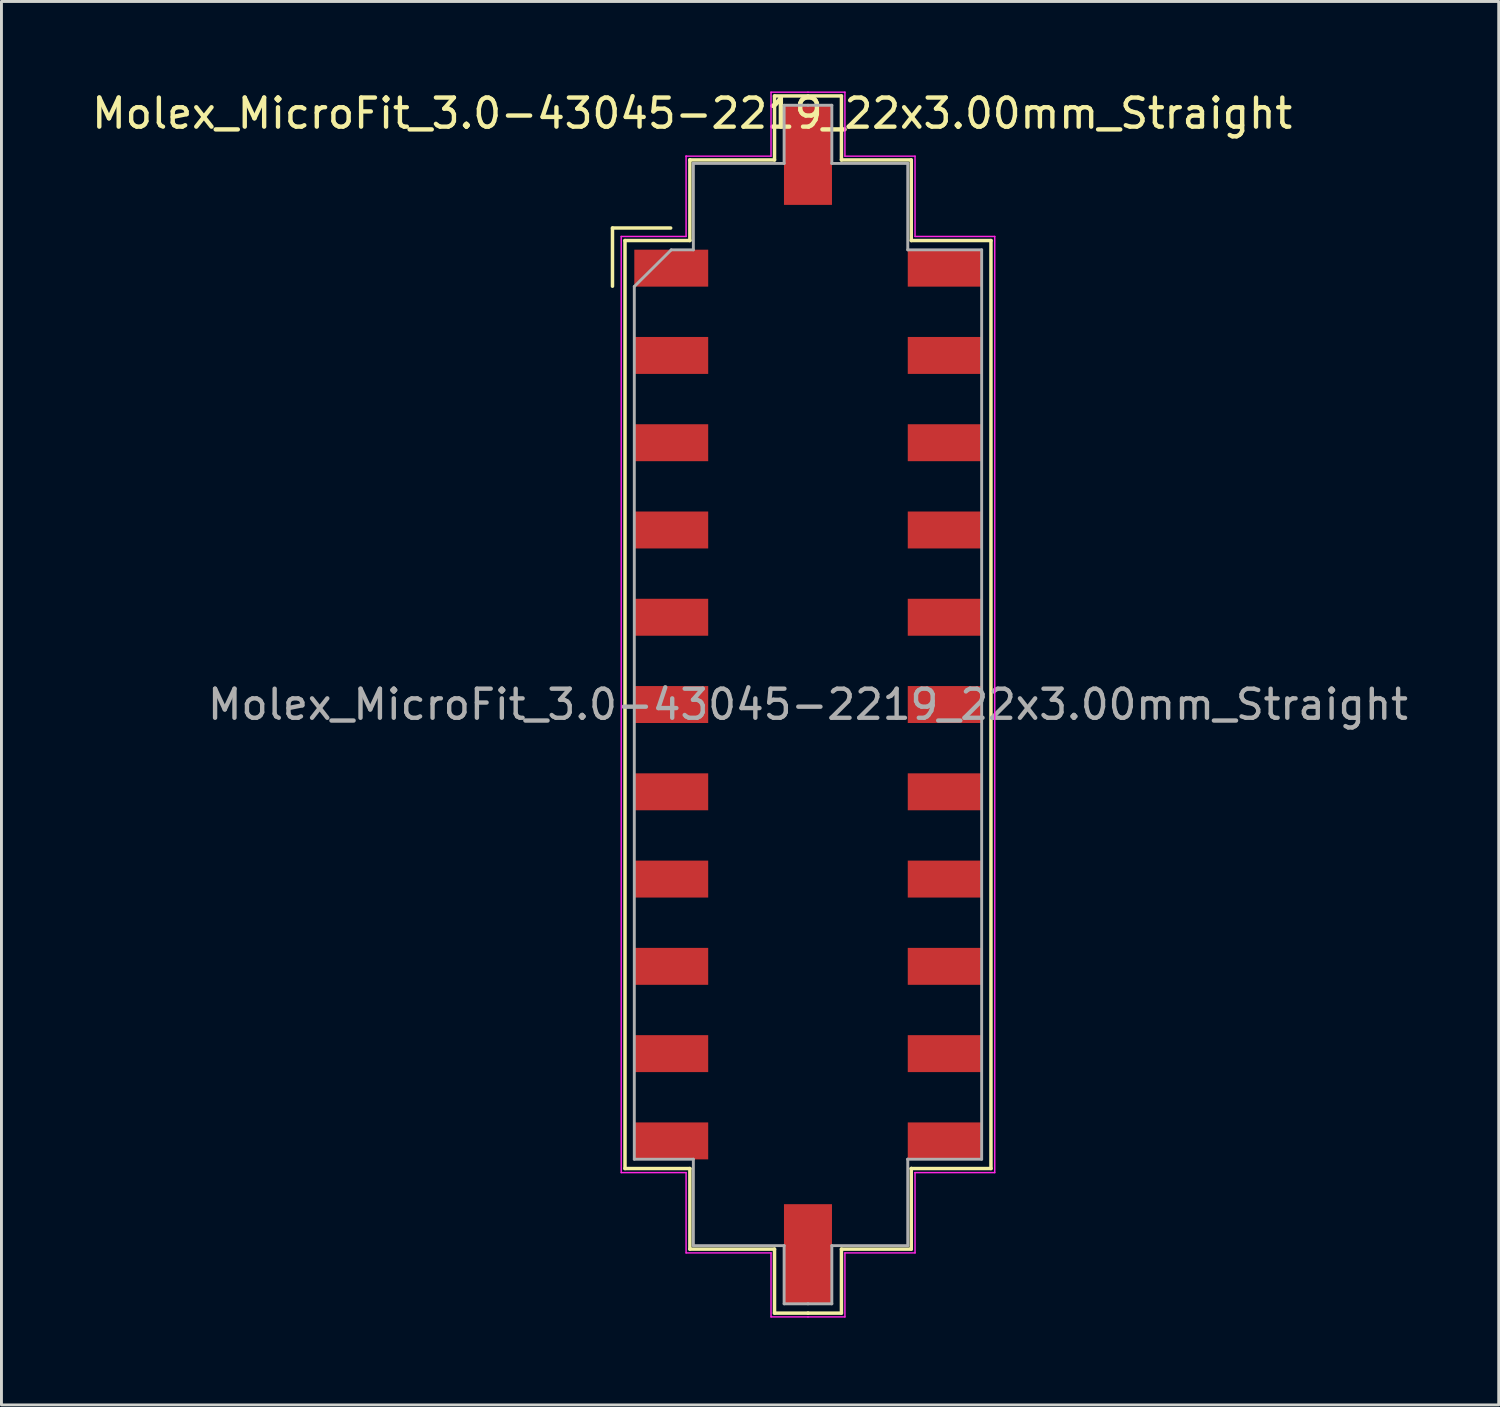
<source format=kicad_pcb>
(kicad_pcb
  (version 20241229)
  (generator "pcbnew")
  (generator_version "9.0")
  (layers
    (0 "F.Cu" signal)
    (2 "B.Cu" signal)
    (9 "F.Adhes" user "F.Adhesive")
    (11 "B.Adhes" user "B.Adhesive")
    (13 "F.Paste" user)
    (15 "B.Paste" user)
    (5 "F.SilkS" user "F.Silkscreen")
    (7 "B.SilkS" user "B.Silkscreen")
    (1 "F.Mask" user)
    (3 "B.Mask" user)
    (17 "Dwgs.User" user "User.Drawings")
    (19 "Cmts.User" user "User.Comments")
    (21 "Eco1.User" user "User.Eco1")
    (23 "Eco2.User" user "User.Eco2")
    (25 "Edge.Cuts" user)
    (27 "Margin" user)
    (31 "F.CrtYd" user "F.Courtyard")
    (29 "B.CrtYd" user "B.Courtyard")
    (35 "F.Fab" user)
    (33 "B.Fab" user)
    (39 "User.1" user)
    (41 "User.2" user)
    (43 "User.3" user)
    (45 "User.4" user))
  (footprint "Molex_MicroFit_3.0-43045-2219_22x3.00mm_Straight"
    (layer "F.Cu")
    (at 24.724 21.168)
    (property "Reference" "Molex_MicroFit_3.0-43045-2219_22x3.00mm_Straight" (at -3.98 -20.32 0) (layer "F.SilkS") (effects (font (size 1 1) (thickness 0.15))))
    (attr smd)
    (fp_line (start -6.72 -16.38) (end -6.72 -14.38) (stroke (width 0.12) (type solid)) (layer "F.SilkS"))
    (fp_line (start -6.29 -15.95) (end -4.06 -15.95) (stroke (width 0.12) (type solid)) (layer "F.SilkS"))
    (fp_line (start -6.29 15.95) (end -6.29 -15.95) (stroke (width 0.12) (type solid)) (layer "F.SilkS"))
    (fp_line (start -4.72 -16.38) (end -6.72 -16.38) (stroke (width 0.12) (type solid)) (layer "F.SilkS"))
    (fp_line (start -4.06 -18.72) (end -4.06 -18.72) (stroke (width 0.12) (type solid)) (layer "F.SilkS"))
    (fp_line (start -4.06 -18.72) (end -1.15 -18.72) (stroke (width 0.12) (type solid)) (layer "F.SilkS"))
    (fp_line (start -4.06 -15.95) (end -4.06 -18.72) (stroke (width 0.12) (type solid)) (layer "F.SilkS"))
    (fp_line (start -4.06 15.95) (end -6.29 15.95) (stroke (width 0.12) (type solid)) (layer "F.SilkS"))
    (fp_line (start -4.06 18.72) (end -4.06 15.95) (stroke (width 0.12) (type solid)) (layer "F.SilkS"))
    (fp_line (start -1.15 -20.92) (end 0 -20.92) (stroke (width 0.12) (type solid)) (layer "F.SilkS"))
    (fp_line (start -1.15 -18.72) (end -1.15 -20.92) (stroke (width 0.12) (type solid)) (layer "F.SilkS"))
    (fp_line (start -1.15 18.72) (end -4.06 18.72) (stroke (width 0.12) (type solid)) (layer "F.SilkS"))
    (fp_line (start -1.15 20.92) (end -1.15 18.72) (stroke (width 0.12) (type solid)) (layer "F.SilkS"))
    (fp_line (start 0 -20.92) (end 1.15 -20.92) (stroke (width 0.12) (type solid)) (layer "F.SilkS"))
    (fp_line (start 0 20.92) (end -1.15 20.92) (stroke (width 0.12) (type solid)) (layer "F.SilkS"))
    (fp_line (start 1.15 -20.92) (end 1.15 -18.72) (stroke (width 0.12) (type solid)) (layer "F.SilkS"))
    (fp_line (start 1.15 -18.72) (end 3.55 -18.72) (stroke (width 0.12) (type solid)) (layer "F.SilkS"))
    (fp_line (start 1.15 18.72) (end 1.15 20.92) (stroke (width 0.12) (type solid)) (layer "F.SilkS"))
    (fp_line (start 1.15 20.92) (end 0 20.92) (stroke (width 0.12) (type solid)) (layer "F.SilkS"))
    (fp_line (start 3.55 -18.72) (end 3.55 -15.95) (stroke (width 0.12) (type solid)) (layer "F.SilkS"))
    (fp_line (start 3.55 -15.95) (end 6.29 -15.95) (stroke (width 0.12) (type solid)) (layer "F.SilkS"))
    (fp_line (start 3.55 15.95) (end 3.55 15.95) (stroke (width 0.12) (type solid)) (layer "F.SilkS"))
    (fp_line (start 3.55 15.95) (end 3.55 18.72) (stroke (width 0.12) (type solid)) (layer "F.SilkS"))
    (fp_line (start 3.55 18.72) (end 1.15 18.72) (stroke (width 0.12) (type solid)) (layer "F.SilkS"))
    (fp_line (start 6.29 -15.95) (end 6.29 15.95) (stroke (width 0.12) (type solid)) (layer "F.SilkS"))
    (fp_line (start 6.29 15.95) (end 3.55 15.95) (stroke (width 0.12) (type solid)) (layer "F.SilkS"))
    (fp_line (start -6.42 -16.09) (end -4.19 -16.09) (stroke (width 0.05) (type solid)) (layer "F.CrtYd"))
    (fp_line (start -6.42 16.09) (end -6.42 -16.09) (stroke (width 0.05) (type solid)) (layer "F.CrtYd"))
    (fp_line (start -4.19 -18.85) (end -4.19 -18.85) (stroke (width 0.05) (type solid)) (layer "F.CrtYd"))
    (fp_line (start -4.19 -18.85) (end -1.27 -18.85) (stroke (width 0.05) (type solid)) (layer "F.CrtYd"))
    (fp_line (start -4.19 -16.09) (end -4.19 -18.85) (stroke (width 0.05) (type solid)) (layer "F.CrtYd"))
    (fp_line (start -4.19 16.09) (end -6.42 16.09) (stroke (width 0.05) (type solid)) (layer "F.CrtYd"))
    (fp_line (start -4.19 18.85) (end -4.19 16.09) (stroke (width 0.05) (type solid)) (layer "F.CrtYd"))
    (fp_line (start -1.27 -21.05) (end 0 -21.05) (stroke (width 0.05) (type solid)) (layer "F.CrtYd"))
    (fp_line (start -1.27 -18.85) (end -1.27 -21.05) (stroke (width 0.05) (type solid)) (layer "F.CrtYd"))
    (fp_line (start -1.27 18.85) (end -4.19 18.85) (stroke (width 0.05) (type solid)) (layer "F.CrtYd"))
    (fp_line (start -1.27 21.05) (end -1.27 18.85) (stroke (width 0.05) (type solid)) (layer "F.CrtYd"))
    (fp_line (start 0 -21.05) (end 1.27 -21.05) (stroke (width 0.05) (type solid)) (layer "F.CrtYd"))
    (fp_line (start 0 21.05) (end -1.27 21.05) (stroke (width 0.05) (type solid)) (layer "F.CrtYd"))
    (fp_line (start 1.27 -21.05) (end 1.27 -18.85) (stroke (width 0.05) (type solid)) (layer "F.CrtYd"))
    (fp_line (start 1.27 -18.85) (end 3.68 -18.85) (stroke (width 0.05) (type solid)) (layer "F.CrtYd"))
    (fp_line (start 1.27 18.85) (end 1.27 21.05) (stroke (width 0.05) (type solid)) (layer "F.CrtYd"))
    (fp_line (start 1.27 21.05) (end 0 21.05) (stroke (width 0.05) (type solid)) (layer "F.CrtYd"))
    (fp_line (start 3.68 -18.85) (end 3.68 -16.09) (stroke (width 0.05) (type solid)) (layer "F.CrtYd"))
    (fp_line (start 3.68 -16.09) (end 6.42 -16.09) (stroke (width 0.05) (type solid)) (layer "F.CrtYd"))
    (fp_line (start 3.68 16.09) (end 3.68 16.09) (stroke (width 0.05) (type solid)) (layer "F.CrtYd"))
    (fp_line (start 3.68 16.09) (end 3.68 18.85) (stroke (width 0.05) (type solid)) (layer "F.CrtYd"))
    (fp_line (start 3.68 18.85) (end 1.27 18.85) (stroke (width 0.05) (type solid)) (layer "F.CrtYd"))
    (fp_line (start 6.42 -16.09) (end 6.42 16.09) (stroke (width 0.05) (type solid)) (layer "F.CrtYd"))
    (fp_line (start 6.42 16.09) (end 3.68 16.09) (stroke (width 0.05) (type solid)) (layer "F.CrtYd"))
    (fp_line (start -5.97 -14.37) (end -4.7 -15.63) (stroke (width 0.1) (type solid)) (layer "F.Fab"))
    (fp_line (start -5.97 15.63) (end -5.97 -14.37) (stroke (width 0.1) (type solid)) (layer "F.Fab"))
    (fp_line (start -4.7 -15.63) (end -3.94 -15.63) (stroke (width 0.1) (type solid)) (layer "F.Fab"))
    (fp_line (start -3.94 -18.6) (end -3.94 -18.6) (stroke (width 0.1) (type solid)) (layer "F.Fab"))
    (fp_line (start -3.94 -18.6) (end -0.82 -18.6) (stroke (width 0.1) (type solid)) (layer "F.Fab"))
    (fp_line (start -3.94 -15.63) (end -3.94 -18.6) (stroke (width 0.1) (type solid)) (layer "F.Fab"))
    (fp_line (start -3.94 15.63) (end -5.97 15.63) (stroke (width 0.1) (type solid)) (layer "F.Fab"))
    (fp_line (start -3.94 18.6) (end -3.94 15.63) (stroke (width 0.1) (type solid)) (layer "F.Fab"))
    (fp_line (start -0.82 -20.6) (end 0 -20.6) (stroke (width 0.1) (type solid)) (layer "F.Fab"))
    (fp_line (start -0.82 -18.6) (end -0.82 -20.6) (stroke (width 0.1) (type solid)) (layer "F.Fab"))
    (fp_line (start -0.82 18.6) (end -3.94 18.6) (stroke (width 0.1) (type solid)) (layer "F.Fab"))
    (fp_line (start -0.82 20.6) (end -0.82 18.6) (stroke (width 0.1) (type solid)) (layer "F.Fab"))
    (fp_line (start 0 -20.6) (end 0.82 -20.6) (stroke (width 0.1) (type solid)) (layer "F.Fab"))
    (fp_line (start 0 20.6) (end -0.82 20.6) (stroke (width 0.1) (type solid)) (layer "F.Fab"))
    (fp_line (start 0.82 -20.6) (end 0.82 -18.6) (stroke (width 0.1) (type solid)) (layer "F.Fab"))
    (fp_line (start 0.82 -18.6) (end 3.43 -18.6) (stroke (width 0.1) (type solid)) (layer "F.Fab"))
    (fp_line (start 0.82 18.6) (end 0.82 20.6) (stroke (width 0.1) (type solid)) (layer "F.Fab"))
    (fp_line (start 0.82 20.6) (end 0 20.6) (stroke (width 0.1) (type solid)) (layer "F.Fab"))
    (fp_line (start 3.43 -18.6) (end 3.43 -15.63) (stroke (width 0.1) (type solid)) (layer "F.Fab"))
    (fp_line (start 3.43 -15.63) (end 5.97 -15.63) (stroke (width 0.1) (type solid)) (layer "F.Fab"))
    (fp_line (start 3.43 15.63) (end 3.43 15.63) (stroke (width 0.1) (type solid)) (layer "F.Fab"))
    (fp_line (start 3.43 15.63) (end 3.43 18.6) (stroke (width 0.1) (type solid)) (layer "F.Fab"))
    (fp_line (start 3.43 18.6) (end 0.82 18.6) (stroke (width 0.1) (type solid)) (layer "F.Fab"))
    (fp_line (start 5.97 -15.63) (end 5.97 15.63) (stroke (width 0.1) (type solid)) (layer "F.Fab"))
    (fp_line (start 5.97 15.63) (end 3.43 15.63) (stroke (width 0.1) (type solid)) (layer "F.Fab"))
    (fp_text user "${REFERENCE}" (at 0 0 0) (layer "F.Fab") (effects (font (size 1 1) (thickness 0.15))))
    (pad "" smd rect (at 0 -18.89) (size 1.65 3.43) (layers "F.Cu" "F.Mask" "F.Paste"))
    (pad "" smd rect (at 0 18.89) (size 1.65 3.43) (layers "F.Cu" "F.Mask" "F.Paste"))
    (pad "1" smd rect (at -4.7 -15) (size 2.54 1.27) (layers "F.Cu" "F.Mask" "F.Paste"))
    (pad "2" smd rect (at -4.7 -12) (size 2.54 1.27) (layers "F.Cu" "F.Mask" "F.Paste"))
    (pad "3" smd rect (at -4.7 -9) (size 2.54 1.27) (layers "F.Cu" "F.Mask" "F.Paste"))
    (pad "4" smd rect (at -4.7 -6) (size 2.54 1.27) (layers "F.Cu" "F.Mask" "F.Paste"))
    (pad "5" smd rect (at -4.7 -3) (size 2.54 1.27) (layers "F.Cu" "F.Mask" "F.Paste"))
    (pad "6" smd rect (at -4.7 0) (size 2.54 1.27) (layers "F.Cu" "F.Mask" "F.Paste"))
    (pad "7" smd rect (at -4.7 3) (size 2.54 1.27) (layers "F.Cu" "F.Mask" "F.Paste"))
    (pad "8" smd rect (at -4.7 6) (size 2.54 1.27) (layers "F.Cu" "F.Mask" "F.Paste"))
    (pad "9" smd rect (at -4.7 9) (size 2.54 1.27) (layers "F.Cu" "F.Mask" "F.Paste"))
    (pad "10" smd rect (at -4.7 12) (size 2.54 1.27) (layers "F.Cu" "F.Mask" "F.Paste"))
    (pad "11" smd rect (at -4.7 15) (size 2.54 1.27) (layers "F.Cu" "F.Mask" "F.Paste"))
    (pad "12" smd rect (at 4.7 15) (size 2.54 1.27) (layers "F.Cu" "F.Mask" "F.Paste"))
    (pad "13" smd rect (at 4.7 12) (size 2.54 1.27) (layers "F.Cu" "F.Mask" "F.Paste"))
    (pad "14" smd rect (at 4.7 9) (size 2.54 1.27) (layers "F.Cu" "F.Mask" "F.Paste"))
    (pad "15" smd rect (at 4.7 6) (size 2.54 1.27) (layers "F.Cu" "F.Mask" "F.Paste"))
    (pad "16" smd rect (at 4.7 3) (size 2.54 1.27) (layers "F.Cu" "F.Mask" "F.Paste"))
    (pad "17" smd rect (at 4.7 0) (size 2.54 1.27) (layers "F.Cu" "F.Mask" "F.Paste"))
    (pad "18" smd rect (at 4.7 -3) (size 2.54 1.27) (layers "F.Cu" "F.Mask" "F.Paste"))
    (pad "19" smd rect (at 4.7 -6) (size 2.54 1.27) (layers "F.Cu" "F.Mask" "F.Paste"))
    (pad "20" smd rect (at 4.7 -9) (size 2.54 1.27) (layers "F.Cu" "F.Mask" "F.Paste"))
    (pad "21" smd rect (at 4.7 -12) (size 2.54 1.27) (layers "F.Cu" "F.Mask" "F.Paste"))
    (pad "22" smd rect (at 4.7 -15) (size 2.54 1.27) (layers "F.Cu" "F.Mask" "F.Paste")))
  (gr_rect
    (start -3 -3)
    (end 48.468 45.243)
    (stroke (width 0.1) (type default))
    (fill no)
    (layer "Edge.Cuts")))
</source>
